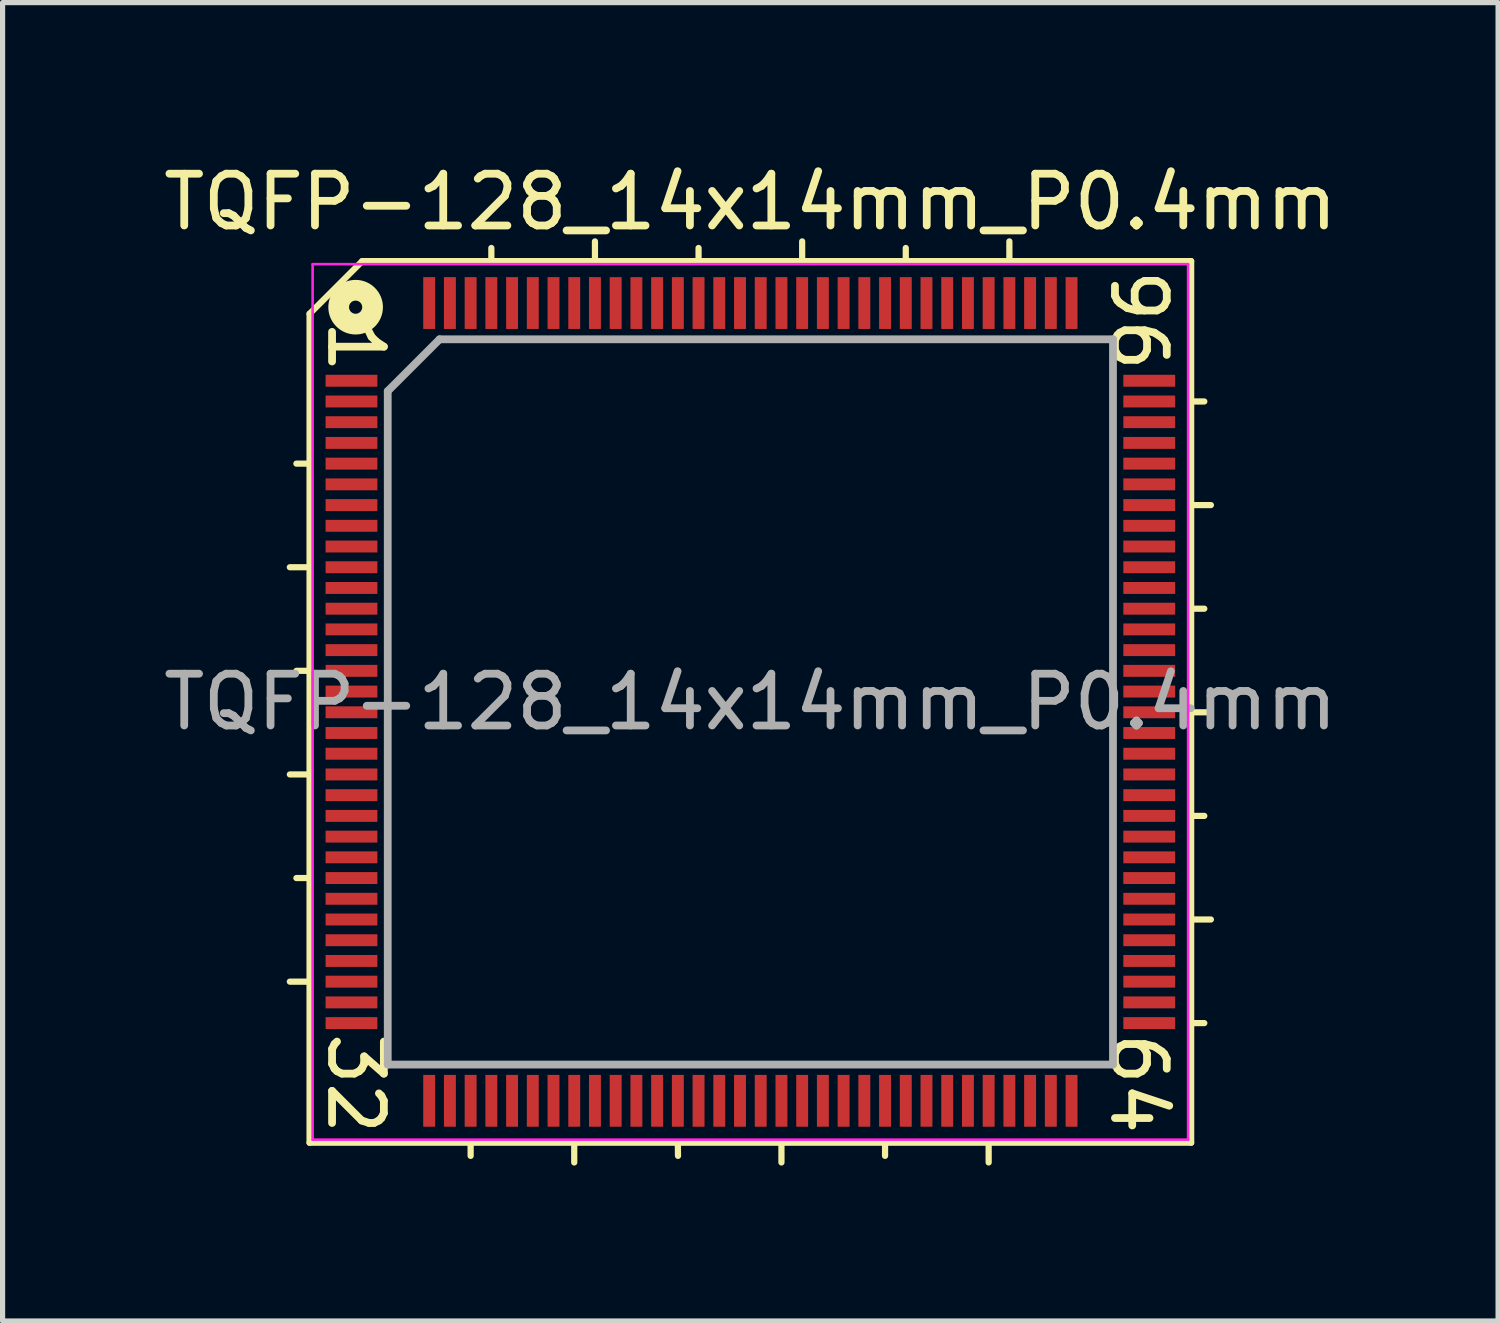
<source format=kicad_pcb>
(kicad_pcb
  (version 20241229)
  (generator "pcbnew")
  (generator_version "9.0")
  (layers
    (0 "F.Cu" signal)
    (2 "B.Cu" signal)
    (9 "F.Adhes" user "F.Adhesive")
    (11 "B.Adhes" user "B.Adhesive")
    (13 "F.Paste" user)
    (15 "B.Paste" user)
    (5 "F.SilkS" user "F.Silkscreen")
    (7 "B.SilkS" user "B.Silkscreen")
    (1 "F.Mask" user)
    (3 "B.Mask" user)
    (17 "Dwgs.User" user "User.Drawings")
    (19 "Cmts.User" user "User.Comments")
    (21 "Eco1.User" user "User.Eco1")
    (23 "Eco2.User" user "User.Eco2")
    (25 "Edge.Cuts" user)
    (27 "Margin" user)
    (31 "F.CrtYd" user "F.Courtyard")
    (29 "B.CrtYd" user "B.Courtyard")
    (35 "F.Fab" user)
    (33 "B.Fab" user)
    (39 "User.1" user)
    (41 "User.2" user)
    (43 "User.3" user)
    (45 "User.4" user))
  (footprint "TQFP-128_14x14mm_P0.4mm"
    (layer "F.Cu")
    (at 11.435 10.5)
    (property "Reference" "TQFP-128_14x14mm_P0.4mm" (at 0 -9.652 0) (layer "F.SilkS") (effects (font (size 1 1) (thickness 0.15))))
    (attr smd)
    (fp_line (start -8.509 -7.493) (end -8.509 8.509) (stroke (width 0.12) (type solid)) (layer "F.SilkS"))
    (fp_line (start -8.509 -4.6) (end -8.763 -4.6) (stroke (width 0.12) (type solid)) (layer "F.SilkS"))
    (fp_line (start -8.509 -2.6) (end -8.89 -2.6) (stroke (width 0.12) (type solid)) (layer "F.SilkS"))
    (fp_line (start -8.509 -0.6) (end -8.763 -0.6) (stroke (width 0.12) (type solid)) (layer "F.SilkS"))
    (fp_line (start -8.509 1.4) (end -8.89 1.4) (stroke (width 0.12) (type solid)) (layer "F.SilkS"))
    (fp_line (start -8.509 3.4) (end -8.763 3.4) (stroke (width 0.12) (type solid)) (layer "F.SilkS"))
    (fp_line (start -8.509 5.4) (end -8.89 5.4) (stroke (width 0.12) (type solid)) (layer "F.SilkS"))
    (fp_line (start -8.509 8.509) (end 8.509 8.509) (stroke (width 0.12) (type solid)) (layer "F.SilkS"))
    (fp_line (start -7.493 -8.509) (end -8.509 -7.493) (stroke (width 0.12) (type solid)) (layer "F.SilkS"))
    (fp_line (start -7.493 -8.509) (end 3.937 -8.509) (stroke (width 0.12) (type solid)) (layer "F.SilkS"))
    (fp_line (start -5.4 8.509) (end -5.4 8.763) (stroke (width 0.12) (type solid)) (layer "F.SilkS"))
    (fp_line (start -5 -8.509) (end -5 -8.763) (stroke (width 0.12) (type solid)) (layer "F.SilkS"))
    (fp_line (start -3.4 8.509) (end -3.4 8.89) (stroke (width 0.12) (type solid)) (layer "F.SilkS"))
    (fp_line (start -3 -8.509) (end -3 -8.89) (stroke (width 0.12) (type solid)) (layer "F.SilkS"))
    (fp_line (start -1.4 8.509) (end -1.397 8.763) (stroke (width 0.12) (type solid)) (layer "F.SilkS"))
    (fp_line (start -1 -8.509) (end -1 -8.763) (stroke (width 0.12) (type solid)) (layer "F.SilkS"))
    (fp_line (start 0.6 8.509) (end 0.6 8.89) (stroke (width 0.12) (type solid)) (layer "F.SilkS"))
    (fp_line (start 1 -8.509) (end 1 -8.89) (stroke (width 0.12) (type solid)) (layer "F.SilkS"))
    (fp_line (start 2.6 8.509) (end 2.6 8.763) (stroke (width 0.12) (type solid)) (layer "F.SilkS"))
    (fp_line (start 3 -8.509) (end 3 -8.763) (stroke (width 0.12) (type solid)) (layer "F.SilkS"))
    (fp_line (start 4.6 8.509) (end 4.6 8.89) (stroke (width 0.12) (type solid)) (layer "F.SilkS"))
    (fp_line (start 5 -8.509) (end 5 -8.89) (stroke (width 0.12) (type solid)) (layer "F.SilkS"))
    (fp_line (start 8.509 -8.509) (end 3.937 -8.509) (stroke (width 0.12) (type solid)) (layer "F.SilkS"))
    (fp_line (start 8.509 -5.8) (end 8.763 -5.8) (stroke (width 0.12) (type solid)) (layer "F.SilkS"))
    (fp_line (start 8.509 -3.8) (end 8.89 -3.8) (stroke (width 0.12) (type solid)) (layer "F.SilkS"))
    (fp_line (start 8.509 -1.8) (end 8.763 -1.8) (stroke (width 0.12) (type solid)) (layer "F.SilkS"))
    (fp_line (start 8.509 0.2) (end 8.89 0.2) (stroke (width 0.12) (type solid)) (layer "F.SilkS"))
    (fp_line (start 8.509 2.2) (end 8.763 2.2) (stroke (width 0.12) (type solid)) (layer "F.SilkS"))
    (fp_line (start 8.509 4.2) (end 8.89 4.2) (stroke (width 0.12) (type solid)) (layer "F.SilkS"))
    (fp_line (start 8.509 6.2) (end 8.763 6.2) (stroke (width 0.12) (type solid)) (layer "F.SilkS"))
    (fp_line (start 8.509 8.509) (end 8.509 -8.509) (stroke (width 0.12) (type solid)) (layer "F.SilkS"))
    (fp_circle (center -7.62 -7.62) (end -7.493 -7.62) (stroke (width 0.4) (type solid)) (fill no) (layer "F.SilkS"))
    (fp_line (start -8.45 -8.45) (end -8.45 8.45) (stroke (width 0.05) (type solid)) (layer "F.CrtYd"))
    (fp_line (start -8.45 -8.45) (end 8.45 -8.45) (stroke (width 0.05) (type solid)) (layer "F.CrtYd"))
    (fp_line (start -8.45 8.45) (end 8.45 8.45) (stroke (width 0.05) (type solid)) (layer "F.CrtYd"))
    (fp_line (start 8.45 -8.45) (end 8.45 8.45) (stroke (width 0.05) (type solid)) (layer "F.CrtYd"))
    (fp_line (start -7 -6) (end -6 -7) (stroke (width 0.15) (type solid)) (layer "F.Fab"))
    (fp_line (start -7 7) (end -7 -6) (stroke (width 0.15) (type solid)) (layer "F.Fab"))
    (fp_line (start -6 -7) (end 7 -7) (stroke (width 0.15) (type solid)) (layer "F.Fab"))
    (fp_line (start 7 -7) (end 7 7) (stroke (width 0.15) (type solid)) (layer "F.Fab"))
    (fp_line (start 7 7) (end -7 7) (stroke (width 0.15) (type solid)) (layer "F.Fab"))
    (fp_text user "32" (at -7.62 7.366 270) (unlocked yes) (layer "F.SilkS") (effects (font (size 1 1) (thickness 0.15))))
    (fp_text user "1" (at -7.62 -6.858 270) (unlocked yes) (layer "F.SilkS") (effects (font (size 1 1) (thickness 0.15))))
    (fp_text user "96" (at 7.493 -7.366 270) (unlocked yes) (layer "F.SilkS") (effects (font (size 1 1) (thickness 0.15))))
    (fp_text user "64" (at 7.493 7.366 270) (unlocked yes) (layer "F.SilkS") (effects (font (size 1 1) (thickness 0.15))))
    (fp_text user "${REFERENCE}" (at 0 0 0) (layer "F.Fab") (effects (font (size 1 1) (thickness 0.15))))
    (pad "1" smd rect (at -7.7 -6.2) (size 1 0.23) (layers "F.Cu" "F.Mask" "F.Paste"))
    (pad "2" smd rect (at -7.7 -5.8) (size 1 0.23) (layers "F.Cu" "F.Mask" "F.Paste"))
    (pad "3" smd rect (at -7.7 -5.4) (size 1 0.23) (layers "F.Cu" "F.Mask" "F.Paste"))
    (pad "4" smd rect (at -7.7 -5) (size 1 0.23) (layers "F.Cu" "F.Mask" "F.Paste"))
    (pad "5" smd rect (at -7.7 -4.6) (size 1 0.23) (layers "F.Cu" "F.Mask" "F.Paste"))
    (pad "6" smd rect (at -7.7 -4.2) (size 1 0.23) (layers "F.Cu" "F.Mask" "F.Paste"))
    (pad "7" smd rect (at -7.7 -3.8) (size 1 0.23) (layers "F.Cu" "F.Mask" "F.Paste"))
    (pad "8" smd rect (at -7.7 -3.4) (size 1 0.23) (layers "F.Cu" "F.Mask" "F.Paste"))
    (pad "9" smd rect (at -7.7 -3) (size 1 0.23) (layers "F.Cu" "F.Mask" "F.Paste"))
    (pad "10" smd rect (at -7.7 -2.6) (size 1 0.23) (layers "F.Cu" "F.Mask" "F.Paste"))
    (pad "11" smd rect (at -7.7 -2.2) (size 1 0.23) (layers "F.Cu" "F.Mask" "F.Paste"))
    (pad "12" smd rect (at -7.7 -1.8) (size 1 0.23) (layers "F.Cu" "F.Mask" "F.Paste"))
    (pad "13" smd rect (at -7.7 -1.4) (size 1 0.23) (layers "F.Cu" "F.Mask" "F.Paste"))
    (pad "14" smd rect (at -7.7 -1) (size 1 0.23) (layers "F.Cu" "F.Mask" "F.Paste"))
    (pad "15" smd rect (at -7.7 -0.6) (size 1 0.23) (layers "F.Cu" "F.Mask" "F.Paste"))
    (pad "16" smd rect (at -7.7 -0.2) (size 1 0.23) (layers "F.Cu" "F.Mask" "F.Paste"))
    (pad "17" smd rect (at -7.7 0.2) (size 1 0.23) (layers "F.Cu" "F.Mask" "F.Paste"))
    (pad "18" smd rect (at -7.7 0.6) (size 1 0.23) (layers "F.Cu" "F.Mask" "F.Paste"))
    (pad "19" smd rect (at -7.7 1) (size 1 0.23) (layers "F.Cu" "F.Mask" "F.Paste"))
    (pad "20" smd rect (at -7.7 1.4) (size 1 0.23) (layers "F.Cu" "F.Mask" "F.Paste"))
    (pad "21" smd rect (at -7.7 1.8) (size 1 0.23) (layers "F.Cu" "F.Mask" "F.Paste"))
    (pad "22" smd rect (at -7.7 2.2) (size 1 0.23) (layers "F.Cu" "F.Mask" "F.Paste"))
    (pad "23" smd rect (at -7.7 2.6) (size 1 0.23) (layers "F.Cu" "F.Mask" "F.Paste"))
    (pad "24" smd rect (at -7.7 3) (size 1 0.23) (layers "F.Cu" "F.Mask" "F.Paste"))
    (pad "25" smd rect (at -7.7 3.4) (size 1 0.23) (layers "F.Cu" "F.Mask" "F.Paste"))
    (pad "26" smd rect (at -7.7 3.8) (size 1 0.23) (layers "F.Cu" "F.Mask" "F.Paste"))
    (pad "27" smd rect (at -7.7 4.2) (size 1 0.23) (layers "F.Cu" "F.Mask" "F.Paste"))
    (pad "28" smd rect (at -7.7 4.6) (size 1 0.23) (layers "F.Cu" "F.Mask" "F.Paste"))
    (pad "29" smd rect (at -7.7 5) (size 1 0.23) (layers "F.Cu" "F.Mask" "F.Paste"))
    (pad "30" smd rect (at -7.7 5.4) (size 1 0.23) (layers "F.Cu" "F.Mask" "F.Paste"))
    (pad "31" smd rect (at -7.7 5.8) (size 1 0.23) (layers "F.Cu" "F.Mask" "F.Paste"))
    (pad "32" smd rect (at -7.7 6.2) (size 1 0.23) (layers "F.Cu" "F.Mask" "F.Paste"))
    (pad "33" smd rect (at -6.2 7.7 90) (size 1 0.23) (layers "F.Cu" "F.Mask" "F.Paste"))
    (pad "34" smd rect (at -5.8 7.7 90) (size 1 0.23) (layers "F.Cu" "F.Mask" "F.Paste"))
    (pad "35" smd rect (at -5.4 7.7 90) (size 1 0.23) (layers "F.Cu" "F.Mask" "F.Paste"))
    (pad "36" smd rect (at -5 7.7 90) (size 1 0.23) (layers "F.Cu" "F.Mask" "F.Paste"))
    (pad "37" smd rect (at -4.6 7.7 90) (size 1 0.23) (layers "F.Cu" "F.Mask" "F.Paste"))
    (pad "38" smd rect (at -4.2 7.7 90) (size 1 0.23) (layers "F.Cu" "F.Mask" "F.Paste"))
    (pad "39" smd rect (at -3.8 7.7 90) (size 1 0.23) (layers "F.Cu" "F.Mask" "F.Paste"))
    (pad "40" smd rect (at -3.4 7.7 90) (size 1 0.23) (layers "F.Cu" "F.Mask" "F.Paste"))
    (pad "41" smd rect (at -3 7.7 90) (size 1 0.23) (layers "F.Cu" "F.Mask" "F.Paste"))
    (pad "42" smd rect (at -2.6 7.7 90) (size 1 0.23) (layers "F.Cu" "F.Mask" "F.Paste"))
    (pad "43" smd rect (at -2.2 7.7 90) (size 1 0.23) (layers "F.Cu" "F.Mask" "F.Paste"))
    (pad "44" smd rect (at -1.8 7.7 90) (size 1 0.23) (layers "F.Cu" "F.Mask" "F.Paste"))
    (pad "45" smd rect (at -1.4 7.7 90) (size 1 0.23) (layers "F.Cu" "F.Mask" "F.Paste"))
    (pad "46" smd rect (at -1 7.7 90) (size 1 0.23) (layers "F.Cu" "F.Mask" "F.Paste"))
    (pad "47" smd rect (at -0.6 7.7 90) (size 1 0.23) (layers "F.Cu" "F.Mask" "F.Paste"))
    (pad "48" smd rect (at -0.2 7.7 90) (size 1 0.23) (layers "F.Cu" "F.Mask" "F.Paste"))
    (pad "49" smd rect (at 0.2 7.7 90) (size 1 0.23) (layers "F.Cu" "F.Mask" "F.Paste"))
    (pad "50" smd rect (at 0.6 7.7 90) (size 1 0.23) (layers "F.Cu" "F.Mask" "F.Paste"))
    (pad "51" smd rect (at 1 7.7 90) (size 1 0.23) (layers "F.Cu" "F.Mask" "F.Paste"))
    (pad "52" smd rect (at 1.4 7.7 90) (size 1 0.23) (layers "F.Cu" "F.Mask" "F.Paste"))
    (pad "53" smd rect (at 1.8 7.7 90) (size 1 0.23) (layers "F.Cu" "F.Mask" "F.Paste"))
    (pad "54" smd rect (at 2.2 7.7 90) (size 1 0.23) (layers "F.Cu" "F.Mask" "F.Paste"))
    (pad "55" smd rect (at 2.6 7.7 90) (size 1 0.23) (layers "F.Cu" "F.Mask" "F.Paste"))
    (pad "56" smd rect (at 3 7.7 90) (size 1 0.23) (layers "F.Cu" "F.Mask" "F.Paste"))
    (pad "57" smd rect (at 3.4 7.7 90) (size 1 0.23) (layers "F.Cu" "F.Mask" "F.Paste"))
    (pad "58" smd rect (at 3.8 7.7 90) (size 1 0.23) (layers "F.Cu" "F.Mask" "F.Paste"))
    (pad "59" smd rect (at 4.2 7.7 90) (size 1 0.23) (layers "F.Cu" "F.Mask" "F.Paste"))
    (pad "60" smd rect (at 4.6 7.7 90) (size 1 0.23) (layers "F.Cu" "F.Mask" "F.Paste"))
    (pad "61" smd rect (at 5 7.7 90) (size 1 0.23) (layers "F.Cu" "F.Mask" "F.Paste"))
    (pad "62" smd rect (at 5.4 7.7 90) (size 1 0.23) (layers "F.Cu" "F.Mask" "F.Paste"))
    (pad "63" smd rect (at 5.8 7.7 90) (size 1 0.23) (layers "F.Cu" "F.Mask" "F.Paste"))
    (pad "64" smd rect (at 6.2 7.7 90) (size 1 0.23) (layers "F.Cu" "F.Mask" "F.Paste"))
    (pad "65" smd rect (at 7.7 6.2) (size 1 0.23) (layers "F.Cu" "F.Mask" "F.Paste"))
    (pad "66" smd rect (at 7.7 5.8) (size 1 0.23) (layers "F.Cu" "F.Mask" "F.Paste"))
    (pad "67" smd rect (at 7.7 5.4) (size 1 0.23) (layers "F.Cu" "F.Mask" "F.Paste"))
    (pad "68" smd rect (at 7.7 5) (size 1 0.23) (layers "F.Cu" "F.Mask" "F.Paste"))
    (pad "69" smd rect (at 7.7 4.6) (size 1 0.23) (layers "F.Cu" "F.Mask" "F.Paste"))
    (pad "70" smd rect (at 7.7 4.2) (size 1 0.23) (layers "F.Cu" "F.Mask" "F.Paste"))
    (pad "71" smd rect (at 7.7 3.8) (size 1 0.23) (layers "F.Cu" "F.Mask" "F.Paste"))
    (pad "72" smd rect (at 7.7 3.4) (size 1 0.23) (layers "F.Cu" "F.Mask" "F.Paste"))
    (pad "73" smd rect (at 7.7 3) (size 1 0.23) (layers "F.Cu" "F.Mask" "F.Paste"))
    (pad "74" smd rect (at 7.7 2.6) (size 1 0.23) (layers "F.Cu" "F.Mask" "F.Paste"))
    (pad "75" smd rect (at 7.7 2.2) (size 1 0.23) (layers "F.Cu" "F.Mask" "F.Paste"))
    (pad "76" smd rect (at 7.7 1.8) (size 1 0.23) (layers "F.Cu" "F.Mask" "F.Paste"))
    (pad "77" smd rect (at 7.7 1.4) (size 1 0.23) (layers "F.Cu" "F.Mask" "F.Paste"))
    (pad "78" smd rect (at 7.7 1) (size 1 0.23) (layers "F.Cu" "F.Mask" "F.Paste"))
    (pad "79" smd rect (at 7.7 0.6) (size 1 0.23) (layers "F.Cu" "F.Mask" "F.Paste"))
    (pad "80" smd rect (at 7.7 0.2) (size 1 0.23) (layers "F.Cu" "F.Mask" "F.Paste"))
    (pad "81" smd rect (at 7.7 -0.2) (size 1 0.23) (layers "F.Cu" "F.Mask" "F.Paste"))
    (pad "82" smd rect (at 7.7 -0.6) (size 1 0.23) (layers "F.Cu" "F.Mask" "F.Paste"))
    (pad "83" smd rect (at 7.7 -1) (size 1 0.23) (layers "F.Cu" "F.Mask" "F.Paste"))
    (pad "84" smd rect (at 7.7 -1.4) (size 1 0.23) (layers "F.Cu" "F.Mask" "F.Paste"))
    (pad "85" smd rect (at 7.7 -1.8) (size 1 0.23) (layers "F.Cu" "F.Mask" "F.Paste"))
    (pad "86" smd rect (at 7.7 -2.2) (size 1 0.23) (layers "F.Cu" "F.Mask" "F.Paste"))
    (pad "87" smd rect (at 7.7 -2.6) (size 1 0.23) (layers "F.Cu" "F.Mask" "F.Paste"))
    (pad "88" smd rect (at 7.7 -3) (size 1 0.23) (layers "F.Cu" "F.Mask" "F.Paste"))
    (pad "89" smd rect (at 7.7 -3.4) (size 1 0.23) (layers "F.Cu" "F.Mask" "F.Paste"))
    (pad "90" smd rect (at 7.7 -3.8) (size 1 0.23) (layers "F.Cu" "F.Mask" "F.Paste"))
    (pad "91" smd rect (at 7.7 -4.2) (size 1 0.23) (layers "F.Cu" "F.Mask" "F.Paste"))
    (pad "92" smd rect (at 7.7 -4.6) (size 1 0.23) (layers "F.Cu" "F.Mask" "F.Paste"))
    (pad "93" smd rect (at 7.7 -5) (size 1 0.23) (layers "F.Cu" "F.Mask" "F.Paste"))
    (pad "94" smd rect (at 7.7 -5.4) (size 1 0.23) (layers "F.Cu" "F.Mask" "F.Paste"))
    (pad "95" smd rect (at 7.7 -5.8) (size 1 0.23) (layers "F.Cu" "F.Mask" "F.Paste"))
    (pad "96" smd rect (at 7.7 -6.2) (size 1 0.23) (layers "F.Cu" "F.Mask" "F.Paste"))
    (pad "97" smd rect (at 6.2 -7.7 90) (size 1 0.23) (layers "F.Cu" "F.Mask" "F.Paste"))
    (pad "98" smd rect (at 5.8 -7.7 90) (size 1 0.23) (layers "F.Cu" "F.Mask" "F.Paste"))
    (pad "99" smd rect (at 5.4 -7.7 90) (size 1 0.23) (layers "F.Cu" "F.Mask" "F.Paste"))
    (pad "100" smd rect (at 5 -7.7 90) (size 1 0.23) (layers "F.Cu" "F.Mask" "F.Paste"))
    (pad "101" smd rect (at 4.6 -7.7 90) (size 1 0.23) (layers "F.Cu" "F.Mask" "F.Paste"))
    (pad "102" smd rect (at 4.2 -7.7 90) (size 1 0.23) (layers "F.Cu" "F.Mask" "F.Paste"))
    (pad "103" smd rect (at 3.8 -7.7 90) (size 1 0.23) (layers "F.Cu" "F.Mask" "F.Paste"))
    (pad "104" smd rect (at 3.4 -7.7 90) (size 1 0.23) (layers "F.Cu" "F.Mask" "F.Paste"))
    (pad "105" smd rect (at 3 -7.7 90) (size 1 0.23) (layers "F.Cu" "F.Mask" "F.Paste"))
    (pad "106" smd rect (at 2.6 -7.7 90) (size 1 0.23) (layers "F.Cu" "F.Mask" "F.Paste"))
    (pad "107" smd rect (at 2.2 -7.7 90) (size 1 0.23) (layers "F.Cu" "F.Mask" "F.Paste"))
    (pad "108" smd rect (at 1.8 -7.7 90) (size 1 0.23) (layers "F.Cu" "F.Mask" "F.Paste"))
    (pad "109" smd rect (at 1.4 -7.7 90) (size 1 0.23) (layers "F.Cu" "F.Mask" "F.Paste"))
    (pad "110" smd rect (at 1 -7.7 90) (size 1 0.23) (layers "F.Cu" "F.Mask" "F.Paste"))
    (pad "111" smd rect (at 0.6 -7.7 90) (size 1 0.23) (layers "F.Cu" "F.Mask" "F.Paste"))
    (pad "112" smd rect (at 0.2 -7.7 90) (size 1 0.23) (layers "F.Cu" "F.Mask" "F.Paste"))
    (pad "113" smd rect (at -0.2 -7.7 90) (size 1 0.23) (layers "F.Cu" "F.Mask" "F.Paste"))
    (pad "114" smd rect (at -0.6 -7.7 90) (size 1 0.23) (layers "F.Cu" "F.Mask" "F.Paste"))
    (pad "115" smd rect (at -1 -7.7 90) (size 1 0.23) (layers "F.Cu" "F.Mask" "F.Paste"))
    (pad "116" smd rect (at -1.4 -7.7 90) (size 1 0.23) (layers "F.Cu" "F.Mask" "F.Paste"))
    (pad "117" smd rect (at -1.8 -7.7 90) (size 1 0.23) (layers "F.Cu" "F.Mask" "F.Paste"))
    (pad "118" smd rect (at -2.2 -7.7 90) (size 1 0.23) (layers "F.Cu" "F.Mask" "F.Paste"))
    (pad "119" smd rect (at -2.6 -7.7 90) (size 1 0.23) (layers "F.Cu" "F.Mask" "F.Paste"))
    (pad "120" smd rect (at -3 -7.7 90) (size 1 0.23) (layers "F.Cu" "F.Mask" "F.Paste"))
    (pad "121" smd rect (at -3.4 -7.7 90) (size 1 0.23) (layers "F.Cu" "F.Mask" "F.Paste"))
    (pad "122" smd rect (at -3.8 -7.7 90) (size 1 0.23) (layers "F.Cu" "F.Mask" "F.Paste"))
    (pad "123" smd rect (at -4.2 -7.7 90) (size 1 0.23) (layers "F.Cu" "F.Mask" "F.Paste"))
    (pad "124" smd rect (at -4.6 -7.7 90) (size 1 0.23) (layers "F.Cu" "F.Mask" "F.Paste"))
    (pad "125" smd rect (at -5 -7.7 90) (size 1 0.23) (layers "F.Cu" "F.Mask" "F.Paste"))
    (pad "126" smd rect (at -5.4 -7.7 90) (size 1 0.23) (layers "F.Cu" "F.Mask" "F.Paste"))
    (pad "127" smd rect (at -5.8 -7.7 90) (size 1 0.23) (layers "F.Cu" "F.Mask" "F.Paste"))
    (pad "128" smd rect (at -6.2 -7.7 90) (size 1 0.23) (layers "F.Cu" "F.Mask" "F.Paste")))
  (gr_rect
    (start -3 -3)
    (end 25.869 22.45)
    (stroke (width 0.1) (type default))
    (fill no)
    (layer "Edge.Cuts")))
</source>
